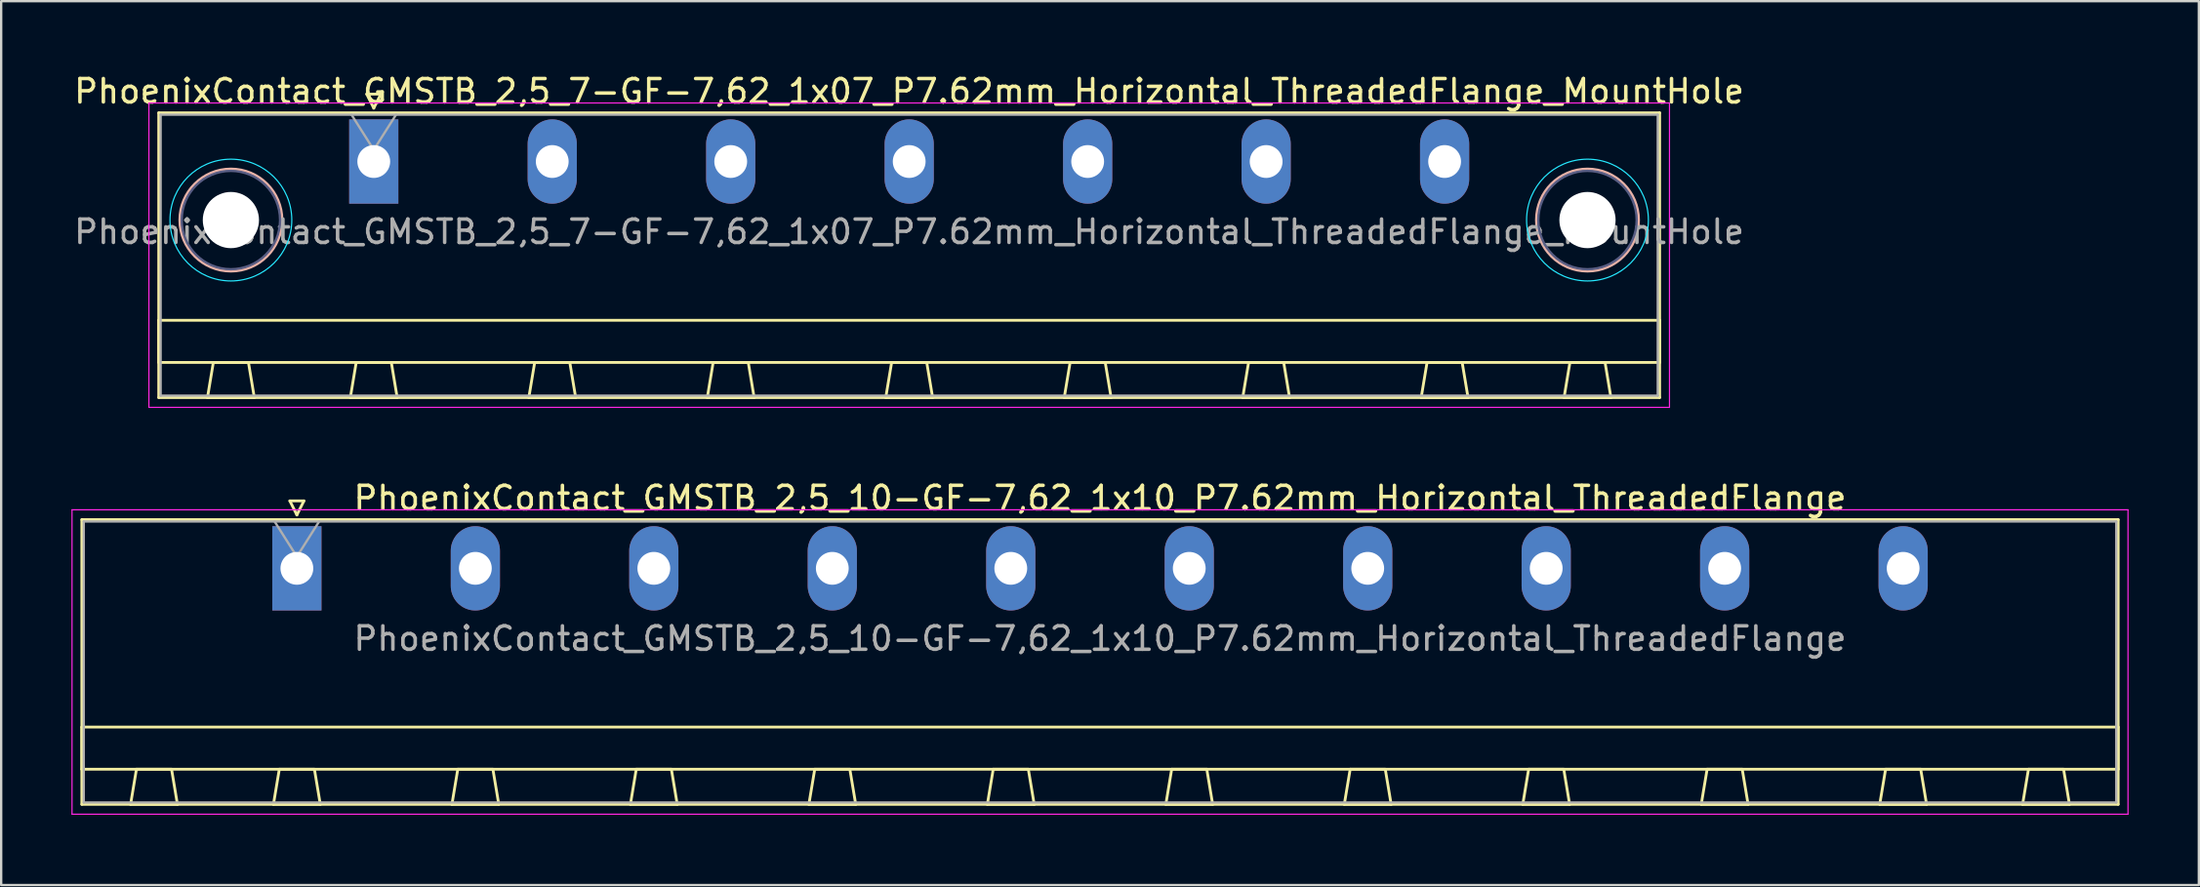
<source format=kicad_pcb>
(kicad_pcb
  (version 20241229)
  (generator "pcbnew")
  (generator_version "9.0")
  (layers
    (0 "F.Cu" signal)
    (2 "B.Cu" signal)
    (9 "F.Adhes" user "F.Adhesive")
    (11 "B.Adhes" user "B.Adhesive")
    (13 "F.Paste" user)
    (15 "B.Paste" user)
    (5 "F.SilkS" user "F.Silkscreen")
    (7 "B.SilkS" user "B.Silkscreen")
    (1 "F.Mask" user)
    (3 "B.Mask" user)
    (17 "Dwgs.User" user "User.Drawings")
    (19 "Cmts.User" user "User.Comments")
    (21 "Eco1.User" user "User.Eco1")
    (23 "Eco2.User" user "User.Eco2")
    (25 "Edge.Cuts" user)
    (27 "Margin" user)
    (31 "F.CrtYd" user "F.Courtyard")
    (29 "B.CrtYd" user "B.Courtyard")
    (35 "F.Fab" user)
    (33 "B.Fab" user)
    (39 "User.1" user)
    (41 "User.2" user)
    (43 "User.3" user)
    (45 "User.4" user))
  (footprint "PhoenixContact_GMSTB_2,5_10-GF-7,62_1x10_P7.62mm_Horizontal_ThreadedFlange"
    (layer "F.Cu")
    (at 9.625 21.221)
    (property "Reference" "PhoenixContact_GMSTB_2,5_10-GF-7,62_1x10_P7.62mm_Horizontal_ThreadedFlange" (at 34.29 -3 0) (layer "F.SilkS") (effects (font (size 1 1) (thickness 0.15))))
    (attr through_hole)
    (fp_line (start -9.18 -2.08) (end -9.18 10.08) (stroke (width 0.12) (type solid)) (layer "F.SilkS"))
    (fp_line (start -9.18 6.78) (end 77.76 6.78) (stroke (width 0.12) (type solid)) (layer "F.SilkS"))
    (fp_line (start -9.18 8.58) (end -9.18 6.78) (stroke (width 0.12) (type solid)) (layer "F.SilkS"))
    (fp_line (start -9.18 10.08) (end 77.76 10.08) (stroke (width 0.12) (type solid)) (layer "F.SilkS"))
    (fp_line (start -7.1 10.08) (end -5.1 10.08) (stroke (width 0.12) (type solid)) (layer "F.SilkS"))
    (fp_line (start -6.85 8.58) (end -7.1 10.08) (stroke (width 0.12) (type solid)) (layer "F.SilkS"))
    (fp_line (start -5.35 8.58) (end -6.85 8.58) (stroke (width 0.12) (type solid)) (layer "F.SilkS"))
    (fp_line (start -5.1 10.08) (end -5.35 8.58) (stroke (width 0.12) (type solid)) (layer "F.SilkS"))
    (fp_line (start -1 10.08) (end 1 10.08) (stroke (width 0.12) (type solid)) (layer "F.SilkS"))
    (fp_line (start -0.75 8.58) (end -1 10.08) (stroke (width 0.12) (type solid)) (layer "F.SilkS"))
    (fp_line (start -0.3 -2.88) (end 0.3 -2.88) (stroke (width 0.12) (type solid)) (layer "F.SilkS"))
    (fp_line (start 0 -2.28) (end -0.3 -2.88) (stroke (width 0.12) (type solid)) (layer "F.SilkS"))
    (fp_line (start 0.3 -2.88) (end 0 -2.28) (stroke (width 0.12) (type solid)) (layer "F.SilkS"))
    (fp_line (start 0.75 8.58) (end -0.75 8.58) (stroke (width 0.12) (type solid)) (layer "F.SilkS"))
    (fp_line (start 1 10.08) (end 0.75 8.58) (stroke (width 0.12) (type solid)) (layer "F.SilkS"))
    (fp_line (start 6.62 10.08) (end 8.62 10.08) (stroke (width 0.12) (type solid)) (layer "F.SilkS"))
    (fp_line (start 6.87 8.58) (end 6.62 10.08) (stroke (width 0.12) (type solid)) (layer "F.SilkS"))
    (fp_line (start 8.37 8.58) (end 6.87 8.58) (stroke (width 0.12) (type solid)) (layer "F.SilkS"))
    (fp_line (start 8.62 10.08) (end 8.37 8.58) (stroke (width 0.12) (type solid)) (layer "F.SilkS"))
    (fp_line (start 14.24 10.08) (end 16.24 10.08) (stroke (width 0.12) (type solid)) (layer "F.SilkS"))
    (fp_line (start 14.49 8.58) (end 14.24 10.08) (stroke (width 0.12) (type solid)) (layer "F.SilkS"))
    (fp_line (start 15.99 8.58) (end 14.49 8.58) (stroke (width 0.12) (type solid)) (layer "F.SilkS"))
    (fp_line (start 16.24 10.08) (end 15.99 8.58) (stroke (width 0.12) (type solid)) (layer "F.SilkS"))
    (fp_line (start 21.86 10.08) (end 23.86 10.08) (stroke (width 0.12) (type solid)) (layer "F.SilkS"))
    (fp_line (start 22.11 8.58) (end 21.86 10.08) (stroke (width 0.12) (type solid)) (layer "F.SilkS"))
    (fp_line (start 23.61 8.58) (end 22.11 8.58) (stroke (width 0.12) (type solid)) (layer "F.SilkS"))
    (fp_line (start 23.86 10.08) (end 23.61 8.58) (stroke (width 0.12) (type solid)) (layer "F.SilkS"))
    (fp_line (start 29.48 10.08) (end 31.48 10.08) (stroke (width 0.12) (type solid)) (layer "F.SilkS"))
    (fp_line (start 29.73 8.58) (end 29.48 10.08) (stroke (width 0.12) (type solid)) (layer "F.SilkS"))
    (fp_line (start 31.23 8.58) (end 29.73 8.58) (stroke (width 0.12) (type solid)) (layer "F.SilkS"))
    (fp_line (start 31.48 10.08) (end 31.23 8.58) (stroke (width 0.12) (type solid)) (layer "F.SilkS"))
    (fp_line (start 37.1 10.08) (end 39.1 10.08) (stroke (width 0.12) (type solid)) (layer "F.SilkS"))
    (fp_line (start 37.35 8.58) (end 37.1 10.08) (stroke (width 0.12) (type solid)) (layer "F.SilkS"))
    (fp_line (start 38.85 8.58) (end 37.35 8.58) (stroke (width 0.12) (type solid)) (layer "F.SilkS"))
    (fp_line (start 39.1 10.08) (end 38.85 8.58) (stroke (width 0.12) (type solid)) (layer "F.SilkS"))
    (fp_line (start 44.72 10.08) (end 46.72 10.08) (stroke (width 0.12) (type solid)) (layer "F.SilkS"))
    (fp_line (start 44.97 8.58) (end 44.72 10.08) (stroke (width 0.12) (type solid)) (layer "F.SilkS"))
    (fp_line (start 46.47 8.58) (end 44.97 8.58) (stroke (width 0.12) (type solid)) (layer "F.SilkS"))
    (fp_line (start 46.72 10.08) (end 46.47 8.58) (stroke (width 0.12) (type solid)) (layer "F.SilkS"))
    (fp_line (start 52.34 10.08) (end 54.34 10.08) (stroke (width 0.12) (type solid)) (layer "F.SilkS"))
    (fp_line (start 52.59 8.58) (end 52.34 10.08) (stroke (width 0.12) (type solid)) (layer "F.SilkS"))
    (fp_line (start 54.09 8.58) (end 52.59 8.58) (stroke (width 0.12) (type solid)) (layer "F.SilkS"))
    (fp_line (start 54.34 10.08) (end 54.09 8.58) (stroke (width 0.12) (type solid)) (layer "F.SilkS"))
    (fp_line (start 59.96 10.08) (end 61.96 10.08) (stroke (width 0.12) (type solid)) (layer "F.SilkS"))
    (fp_line (start 60.21 8.58) (end 59.96 10.08) (stroke (width 0.12) (type solid)) (layer "F.SilkS"))
    (fp_line (start 61.71 8.58) (end 60.21 8.58) (stroke (width 0.12) (type solid)) (layer "F.SilkS"))
    (fp_line (start 61.96 10.08) (end 61.71 8.58) (stroke (width 0.12) (type solid)) (layer "F.SilkS"))
    (fp_line (start 67.58 10.08) (end 69.58 10.08) (stroke (width 0.12) (type solid)) (layer "F.SilkS"))
    (fp_line (start 67.83 8.58) (end 67.58 10.08) (stroke (width 0.12) (type solid)) (layer "F.SilkS"))
    (fp_line (start 69.33 8.58) (end 67.83 8.58) (stroke (width 0.12) (type solid)) (layer "F.SilkS"))
    (fp_line (start 69.58 10.08) (end 69.33 8.58) (stroke (width 0.12) (type solid)) (layer "F.SilkS"))
    (fp_line (start 73.68 10.08) (end 75.68 10.08) (stroke (width 0.12) (type solid)) (layer "F.SilkS"))
    (fp_line (start 73.93 8.58) (end 73.68 10.08) (stroke (width 0.12) (type solid)) (layer "F.SilkS"))
    (fp_line (start 75.43 8.58) (end 73.93 8.58) (stroke (width 0.12) (type solid)) (layer "F.SilkS"))
    (fp_line (start 75.68 10.08) (end 75.43 8.58) (stroke (width 0.12) (type solid)) (layer "F.SilkS"))
    (fp_line (start 77.76 -2.08) (end -9.18 -2.08) (stroke (width 0.12) (type solid)) (layer "F.SilkS"))
    (fp_line (start 77.76 6.78) (end 77.76 8.58) (stroke (width 0.12) (type solid)) (layer "F.SilkS"))
    (fp_line (start 77.76 8.58) (end -9.18 8.58) (stroke (width 0.12) (type solid)) (layer "F.SilkS"))
    (fp_line (start 77.76 10.08) (end 77.76 -2.08) (stroke (width 0.12) (type solid)) (layer "F.SilkS"))
    (fp_line (start -9.6 -2.5) (end -9.6 10.5) (stroke (width 0.05) (type solid)) (layer "F.CrtYd"))
    (fp_line (start -9.6 10.5) (end 78.18 10.5) (stroke (width 0.05) (type solid)) (layer "F.CrtYd"))
    (fp_line (start 78.18 -2.5) (end -9.6 -2.5) (stroke (width 0.05) (type solid)) (layer "F.CrtYd"))
    (fp_line (start 78.18 10.5) (end 78.18 -2.5) (stroke (width 0.05) (type solid)) (layer "F.CrtYd"))
    (fp_line (start -9.1 -2) (end -9.1 10) (stroke (width 0.1) (type solid)) (layer "F.Fab"))
    (fp_line (start -9.1 10) (end 77.68 10) (stroke (width 0.1) (type solid)) (layer "F.Fab"))
    (fp_line (start 0 -0.5) (end -0.95 -2) (stroke (width 0.1) (type solid)) (layer "F.Fab"))
    (fp_line (start 0.95 -2) (end 0 -0.5) (stroke (width 0.1) (type solid)) (layer "F.Fab"))
    (fp_line (start 77.68 -2) (end -9.1 -2) (stroke (width 0.1) (type solid)) (layer "F.Fab"))
    (fp_line (start 77.68 10) (end 77.68 -2) (stroke (width 0.1) (type solid)) (layer "F.Fab"))
    (fp_text user "${REFERENCE}" (at 34.29 3 0) (layer "F.Fab") (effects (font (size 1 1) (thickness 0.15))))
    (pad "1" thru_hole rect (at 0 0) (size 2.1 3.6) (drill 1.4) (layers "*.Cu" "*.Mask"))
    (pad "2" thru_hole oval (at 7.62 0) (size 2.1 3.6) (drill 1.4) (layers "*.Cu" "*.Mask"))
    (pad "3" thru_hole oval (at 15.24 0) (size 2.1 3.6) (drill 1.4) (layers "*.Cu" "*.Mask"))
    (pad "4" thru_hole oval (at 22.86 0) (size 2.1 3.6) (drill 1.4) (layers "*.Cu" "*.Mask"))
    (pad "5" thru_hole oval (at 30.48 0) (size 2.1 3.6) (drill 1.4) (layers "*.Cu" "*.Mask"))
    (pad "6" thru_hole oval (at 38.1 0) (size 2.1 3.6) (drill 1.4) (layers "*.Cu" "*.Mask"))
    (pad "7" thru_hole oval (at 45.72 0) (size 2.1 3.6) (drill 1.4) (layers "*.Cu" "*.Mask"))
    (pad "8" thru_hole oval (at 53.34 0) (size 2.1 3.6) (drill 1.4) (layers "*.Cu" "*.Mask"))
    (pad "9" thru_hole oval (at 60.96 0) (size 2.1 3.6) (drill 1.4) (layers "*.Cu" "*.Mask"))
    (pad "10" thru_hole oval (at 68.58 0) (size 2.1 3.6) (drill 1.4) (layers "*.Cu" "*.Mask")))
  (footprint "PhoenixContact_GMSTB_2,5_7-GF-7,62_1x07_P7.62mm_Horizontal_ThreadedFlange_MountHole"
    (layer "F.Cu")
    (at 12.908 3.848)
    (property "Reference" "PhoenixContact_GMSTB_2,5_7-GF-7,62_1x07_P7.62mm_Horizontal_ThreadedFlange_MountHole" (at 22.86 -3 0) (layer "F.SilkS") (effects (font (size 1 1) (thickness 0.15))))
    (attr through_hole)
    (fp_line (start -9.18 -2.08) (end -9.18 10.08) (stroke (width 0.12) (type solid)) (layer "F.SilkS"))
    (fp_line (start -9.18 6.78) (end 54.9 6.78) (stroke (width 0.12) (type solid)) (layer "F.SilkS"))
    (fp_line (start -9.18 8.58) (end -9.18 6.78) (stroke (width 0.12) (type solid)) (layer "F.SilkS"))
    (fp_line (start -9.18 10.08) (end 54.9 10.08) (stroke (width 0.12) (type solid)) (layer "F.SilkS"))
    (fp_line (start -7.1 10.08) (end -5.1 10.08) (stroke (width 0.12) (type solid)) (layer "F.SilkS"))
    (fp_line (start -6.85 8.58) (end -7.1 10.08) (stroke (width 0.12) (type solid)) (layer "F.SilkS"))
    (fp_line (start -5.35 8.58) (end -6.85 8.58) (stroke (width 0.12) (type solid)) (layer "F.SilkS"))
    (fp_line (start -5.1 10.08) (end -5.35 8.58) (stroke (width 0.12) (type solid)) (layer "F.SilkS"))
    (fp_line (start -1 10.08) (end 1 10.08) (stroke (width 0.12) (type solid)) (layer "F.SilkS"))
    (fp_line (start -0.75 8.58) (end -1 10.08) (stroke (width 0.12) (type solid)) (layer "F.SilkS"))
    (fp_line (start -0.3 -2.88) (end 0.3 -2.88) (stroke (width 0.12) (type solid)) (layer "F.SilkS"))
    (fp_line (start 0 -2.28) (end -0.3 -2.88) (stroke (width 0.12) (type solid)) (layer "F.SilkS"))
    (fp_line (start 0.3 -2.88) (end 0 -2.28) (stroke (width 0.12) (type solid)) (layer "F.SilkS"))
    (fp_line (start 0.75 8.58) (end -0.75 8.58) (stroke (width 0.12) (type solid)) (layer "F.SilkS"))
    (fp_line (start 1 10.08) (end 0.75 8.58) (stroke (width 0.12) (type solid)) (layer "F.SilkS"))
    (fp_line (start 6.62 10.08) (end 8.62 10.08) (stroke (width 0.12) (type solid)) (layer "F.SilkS"))
    (fp_line (start 6.87 8.58) (end 6.62 10.08) (stroke (width 0.12) (type solid)) (layer "F.SilkS"))
    (fp_line (start 8.37 8.58) (end 6.87 8.58) (stroke (width 0.12) (type solid)) (layer "F.SilkS"))
    (fp_line (start 8.62 10.08) (end 8.37 8.58) (stroke (width 0.12) (type solid)) (layer "F.SilkS"))
    (fp_line (start 14.24 10.08) (end 16.24 10.08) (stroke (width 0.12) (type solid)) (layer "F.SilkS"))
    (fp_line (start 14.49 8.58) (end 14.24 10.08) (stroke (width 0.12) (type solid)) (layer "F.SilkS"))
    (fp_line (start 15.99 8.58) (end 14.49 8.58) (stroke (width 0.12) (type solid)) (layer "F.SilkS"))
    (fp_line (start 16.24 10.08) (end 15.99 8.58) (stroke (width 0.12) (type solid)) (layer "F.SilkS"))
    (fp_line (start 21.86 10.08) (end 23.86 10.08) (stroke (width 0.12) (type solid)) (layer "F.SilkS"))
    (fp_line (start 22.11 8.58) (end 21.86 10.08) (stroke (width 0.12) (type solid)) (layer "F.SilkS"))
    (fp_line (start 23.61 8.58) (end 22.11 8.58) (stroke (width 0.12) (type solid)) (layer "F.SilkS"))
    (fp_line (start 23.86 10.08) (end 23.61 8.58) (stroke (width 0.12) (type solid)) (layer "F.SilkS"))
    (fp_line (start 29.48 10.08) (end 31.48 10.08) (stroke (width 0.12) (type solid)) (layer "F.SilkS"))
    (fp_line (start 29.73 8.58) (end 29.48 10.08) (stroke (width 0.12) (type solid)) (layer "F.SilkS"))
    (fp_line (start 31.23 8.58) (end 29.73 8.58) (stroke (width 0.12) (type solid)) (layer "F.SilkS"))
    (fp_line (start 31.48 10.08) (end 31.23 8.58) (stroke (width 0.12) (type solid)) (layer "F.SilkS"))
    (fp_line (start 37.1 10.08) (end 39.1 10.08) (stroke (width 0.12) (type solid)) (layer "F.SilkS"))
    (fp_line (start 37.35 8.58) (end 37.1 10.08) (stroke (width 0.12) (type solid)) (layer "F.SilkS"))
    (fp_line (start 38.85 8.58) (end 37.35 8.58) (stroke (width 0.12) (type solid)) (layer "F.SilkS"))
    (fp_line (start 39.1 10.08) (end 38.85 8.58) (stroke (width 0.12) (type solid)) (layer "F.SilkS"))
    (fp_line (start 44.72 10.08) (end 46.72 10.08) (stroke (width 0.12) (type solid)) (layer "F.SilkS"))
    (fp_line (start 44.97 8.58) (end 44.72 10.08) (stroke (width 0.12) (type solid)) (layer "F.SilkS"))
    (fp_line (start 46.47 8.58) (end 44.97 8.58) (stroke (width 0.12) (type solid)) (layer "F.SilkS"))
    (fp_line (start 46.72 10.08) (end 46.47 8.58) (stroke (width 0.12) (type solid)) (layer "F.SilkS"))
    (fp_line (start 50.82 10.08) (end 52.82 10.08) (stroke (width 0.12) (type solid)) (layer "F.SilkS"))
    (fp_line (start 51.07 8.58) (end 50.82 10.08) (stroke (width 0.12) (type solid)) (layer "F.SilkS"))
    (fp_line (start 52.57 8.58) (end 51.07 8.58) (stroke (width 0.12) (type solid)) (layer "F.SilkS"))
    (fp_line (start 52.82 10.08) (end 52.57 8.58) (stroke (width 0.12) (type solid)) (layer "F.SilkS"))
    (fp_line (start 54.9 -2.08) (end -9.18 -2.08) (stroke (width 0.12) (type solid)) (layer "F.SilkS"))
    (fp_line (start 54.9 6.78) (end 54.9 8.58) (stroke (width 0.12) (type solid)) (layer "F.SilkS"))
    (fp_line (start 54.9 8.58) (end -9.18 8.58) (stroke (width 0.12) (type solid)) (layer "F.SilkS"))
    (fp_line (start 54.9 10.08) (end 54.9 -2.08) (stroke (width 0.12) (type solid)) (layer "F.SilkS"))
    (fp_circle (center -6.1 2.5) (end -3.92 2.5) (stroke (width 0.12) (type solid)) (fill no) (layer "B.SilkS"))
    (fp_circle (center 51.82 2.5) (end 54 2.5) (stroke (width 0.12) (type solid)) (fill no) (layer "B.SilkS"))
    (fp_circle (center -6.1 2.5) (end -3.5 2.5) (stroke (width 0.05) (type solid)) (fill no) (layer "B.CrtYd"))
    (fp_circle (center 51.82 2.5) (end 54.42 2.5) (stroke (width 0.05) (type solid)) (fill no) (layer "B.CrtYd"))
    (fp_line (start -9.6 -2.5) (end -9.6 10.5) (stroke (width 0.05) (type solid)) (layer "F.CrtYd"))
    (fp_line (start -9.6 10.5) (end 55.32 10.5) (stroke (width 0.05) (type solid)) (layer "F.CrtYd"))
    (fp_line (start 55.32 -2.5) (end -9.6 -2.5) (stroke (width 0.05) (type solid)) (layer "F.CrtYd"))
    (fp_line (start 55.32 10.5) (end 55.32 -2.5) (stroke (width 0.05) (type solid)) (layer "F.CrtYd"))
    (fp_circle (center -6.1 2.5) (end -4 2.5) (stroke (width 0.1) (type solid)) (fill no) (layer "B.Fab"))
    (fp_circle (center 51.82 2.5) (end 53.92 2.5) (stroke (width 0.1) (type solid)) (fill no) (layer "B.Fab"))
    (fp_line (start -9.1 -2) (end -9.1 10) (stroke (width 0.1) (type solid)) (layer "F.Fab"))
    (fp_line (start -9.1 10) (end 54.82 10) (stroke (width 0.1) (type solid)) (layer "F.Fab"))
    (fp_line (start 0 -0.5) (end -0.95 -2) (stroke (width 0.1) (type solid)) (layer "F.Fab"))
    (fp_line (start 0.95 -2) (end 0 -0.5) (stroke (width 0.1) (type solid)) (layer "F.Fab"))
    (fp_line (start 54.82 -2) (end -9.1 -2) (stroke (width 0.1) (type solid)) (layer "F.Fab"))
    (fp_line (start 54.82 10) (end 54.82 -2) (stroke (width 0.1) (type solid)) (layer "F.Fab"))
    (fp_text user "${REFERENCE}" (at 22.86 3 0) (layer "F.Fab") (effects (font (size 1 1) (thickness 0.15))))
    (pad "" np_thru_hole circle (at -6.1 2.5) (size 2.4 2.4) (drill 2.4) (layers "*.Cu" "*.Mask"))
    (pad "" np_thru_hole circle (at 51.82 2.5) (size 2.4 2.4) (drill 2.4) (layers "*.Cu" "*.Mask"))
    (pad "1" thru_hole rect (at 0 0) (size 2.1 3.6) (drill 1.4) (layers "*.Cu" "*.Mask"))
    (pad "2" thru_hole oval (at 7.62 0) (size 2.1 3.6) (drill 1.4) (layers "*.Cu" "*.Mask"))
    (pad "3" thru_hole oval (at 15.24 0) (size 2.1 3.6) (drill 1.4) (layers "*.Cu" "*.Mask"))
    (pad "4" thru_hole oval (at 22.86 0) (size 2.1 3.6) (drill 1.4) (layers "*.Cu" "*.Mask"))
    (pad "5" thru_hole oval (at 30.48 0) (size 2.1 3.6) (drill 1.4) (layers "*.Cu" "*.Mask"))
    (pad "6" thru_hole oval (at 38.1 0) (size 2.1 3.6) (drill 1.4) (layers "*.Cu" "*.Mask"))
    (pad "7" thru_hole oval (at 45.72 0) (size 2.1 3.6) (drill 1.4) (layers "*.Cu" "*.Mask")))
  (gr_rect
    (start -3 -3)
    (end 90.83 34.746)
    (stroke (width 0.1) (type default))
    (fill no)
    (layer "Edge.Cuts")))
</source>
